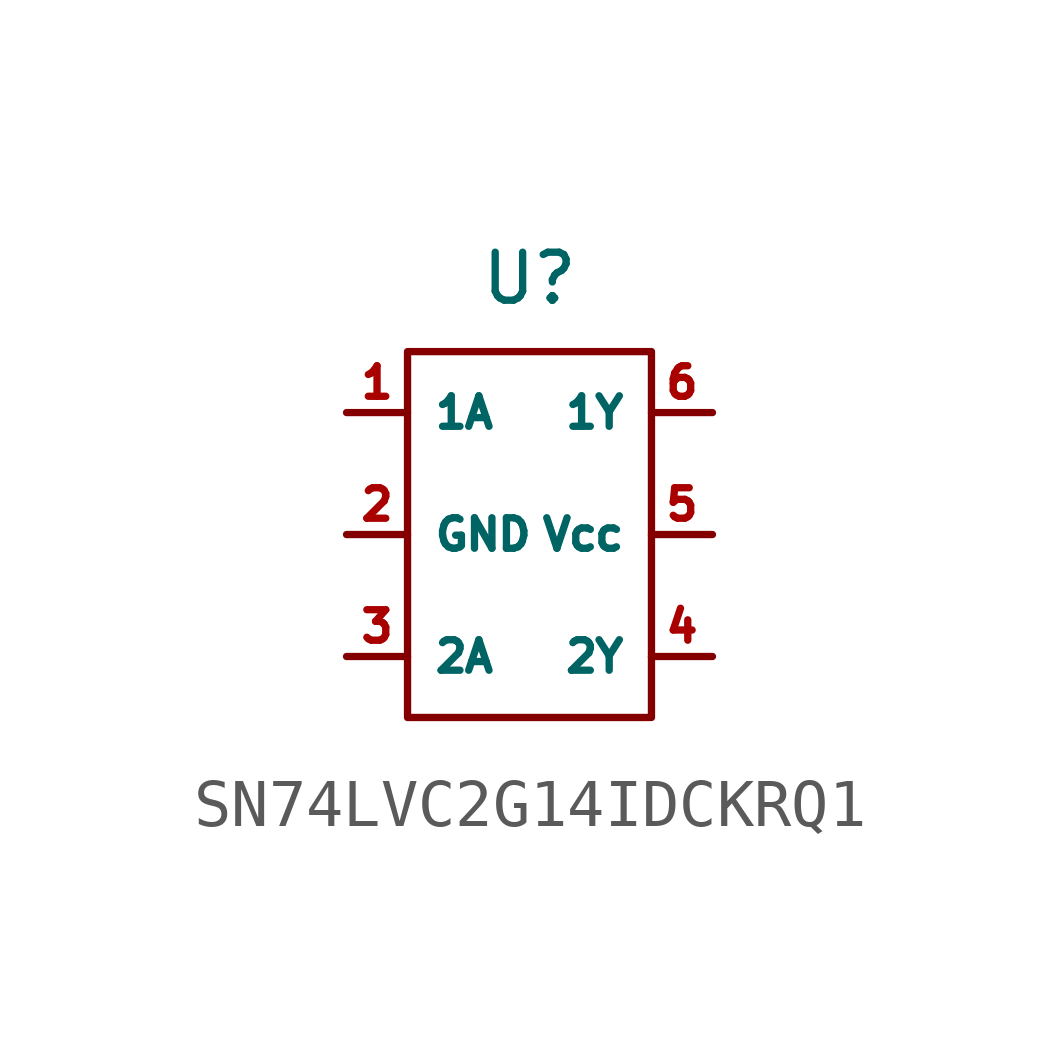
<source format=kicad_sym>
(kicad_symbol_lib
  (version 20231120)
  (generator "kicad_symbol_editor")
  (generator_version "8.0")
  (symbol "SN74LVC2G14IDCKRQ1"
    (property "Reference" "U"
      (at 0 5.334 0)
      (effects (font (size 1 1))))
    (property "Value" ""
      (at 0 0 0)
      (effects (font (size 1.27 1.27))))
    (symbol "SN74LVC2G14IDCKRQ1_0_1"
      (rectangle (start -2.54 3.81) (end 2.54 -3.81) (stroke (width 0) (type default)) (fill (type none))))
    (symbol "SN74LVC2G14IDCKRQ1_1_1"
      (pin input line (at -3.81 2.54 0) (length 1.27) (name "1A" (effects (font (size 0.635 0.635)))) (number "1" (effects (font (size 0.635 0.635)))))
      (pin power_in line (at -3.81 0 0) (length 1.27) (name "GND" (effects (font (size 0.635 0.635)))) (number "2" (effects (font (size 0.635 0.635)))))
      (pin input line (at -3.81 -2.54 0) (length 1.27) (name "2A" (effects (font (size 0.635 0.635)))) (number "3" (effects (font (size 0.635 0.635)))))
      (pin output line (at 3.81 -2.54 180) (length 1.27) (name "2Y" (effects (font (size 0.635 0.635)))) (number "4" (effects (font (size 0.635 0.635)))))
      (pin power_in line (at 3.81 0 180) (length 1.27) (name "Vcc" (effects (font (size 0.635 0.635)))) (number "5" (effects (font (size 0.635 0.635)))))
      (pin output line (at 3.81 2.54 180) (length 1.27) (name "1Y" (effects (font (size 0.635 0.635)))) (number "6" (effects (font (size 0.635 0.635))))))))
</source>
